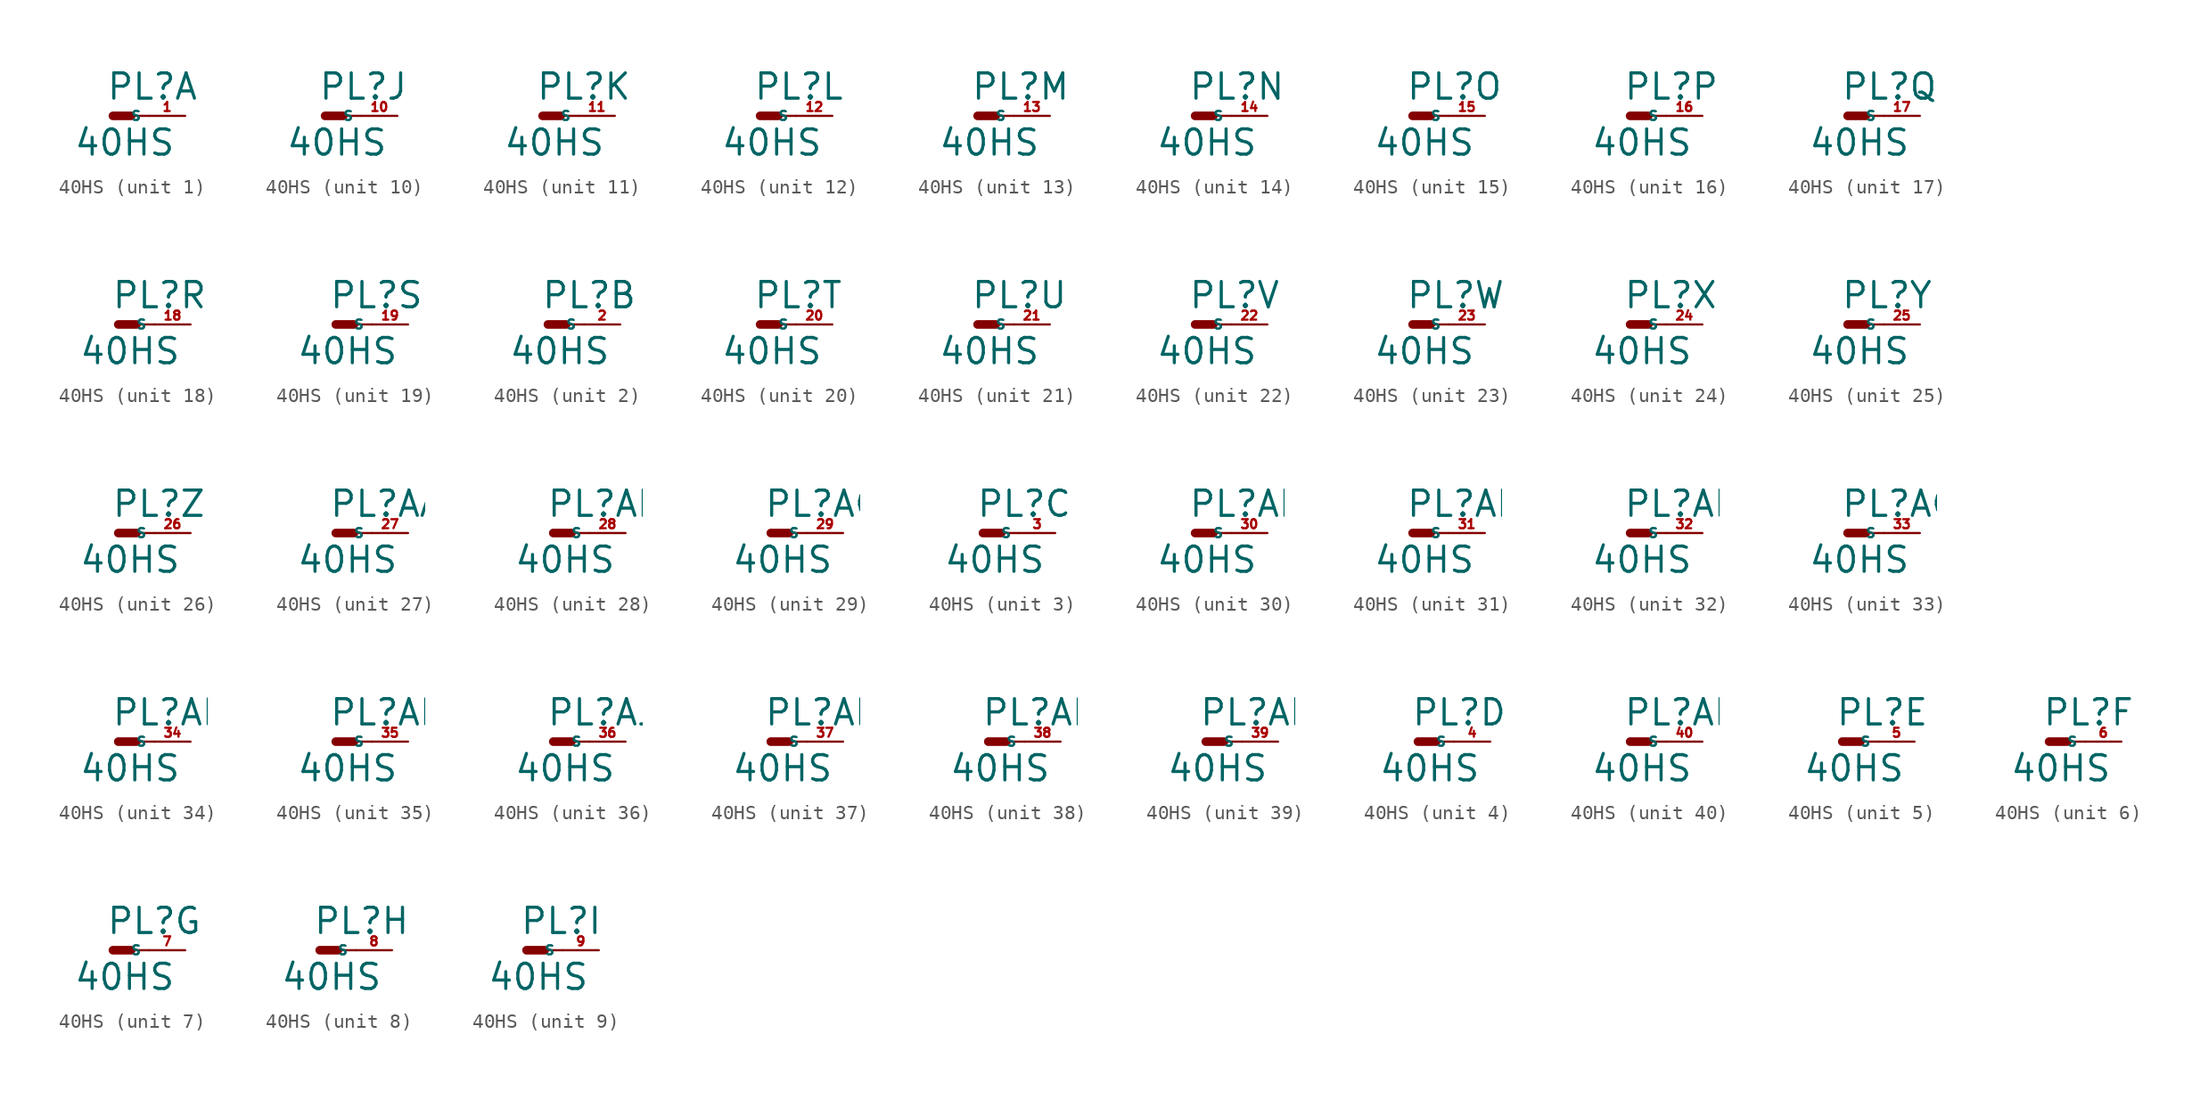
<source format=kicad_sym>
(kicad_symbol_lib
  (version 20220914)
  (generator Eagle2Kicad)
  (symbol "40HS"
    (property "Reference" "PL"
      (at -0.508 1.016 0)
      (effects (font (size 1.778 1.778) (thickness 0.22)) (justify left bottom)))
    (property "Value" "40HS"
      (at -2.794 -2.921 0)
      (effects (font (size 1.778 1.778) (thickness 0.22)) (justify left bottom)))
    (symbol "40HS_1_0"
      (polyline (pts (xy 0 0) (xy 1.27 0)) (stroke (width 0.61) (type default)) (fill (type none)))
      (polyline (pts (xy 2.54 0) (xy 1.27 0)) (stroke (width 0.152) (type default)) (fill (type none)))
      (pin passive line (at 5.08 0 180) (length 2.54) (name "S" (effects (font (size 0.635 0.635) (thickness 0.08)) (justify left bottom))) (number "1" (effects (font (size 0.635 0.635) (thickness 0.08)) (justify left bottom)))))
    (symbol "40HS_2_0"
      (polyline (pts (xy 0 0) (xy 1.27 0)) (stroke (width 0.61) (type default)) (fill (type none)))
      (polyline (pts (xy 2.54 0) (xy 1.27 0)) (stroke (width 0.152) (type default)) (fill (type none)))
      (pin passive line (at 5.08 0 180) (length 2.54) (name "S" (effects (font (size 0.635 0.635) (thickness 0.08)) (justify left bottom))) (number "2" (effects (font (size 0.635 0.635) (thickness 0.08)) (justify left bottom)))))
    (symbol "40HS_3_0"
      (polyline (pts (xy 0 0) (xy 1.27 0)) (stroke (width 0.61) (type default)) (fill (type none)))
      (polyline (pts (xy 2.54 0) (xy 1.27 0)) (stroke (width 0.152) (type default)) (fill (type none)))
      (pin passive line (at 5.08 0 180) (length 2.54) (name "S" (effects (font (size 0.635 0.635) (thickness 0.08)) (justify left bottom))) (number "3" (effects (font (size 0.635 0.635) (thickness 0.08)) (justify left bottom)))))
    (symbol "40HS_4_0"
      (polyline (pts (xy 0 0) (xy 1.27 0)) (stroke (width 0.61) (type default)) (fill (type none)))
      (polyline (pts (xy 2.54 0) (xy 1.27 0)) (stroke (width 0.152) (type default)) (fill (type none)))
      (pin passive line (at 5.08 0 180) (length 2.54) (name "S" (effects (font (size 0.635 0.635) (thickness 0.08)) (justify left bottom))) (number "4" (effects (font (size 0.635 0.635) (thickness 0.08)) (justify left bottom)))))
    (symbol "40HS_5_0"
      (polyline (pts (xy 0 0) (xy 1.27 0)) (stroke (width 0.61) (type default)) (fill (type none)))
      (polyline (pts (xy 2.54 0) (xy 1.27 0)) (stroke (width 0.152) (type default)) (fill (type none)))
      (pin passive line (at 5.08 0 180) (length 2.54) (name "S" (effects (font (size 0.635 0.635) (thickness 0.08)) (justify left bottom))) (number "5" (effects (font (size 0.635 0.635) (thickness 0.08)) (justify left bottom)))))
    (symbol "40HS_6_0"
      (polyline (pts (xy 0 0) (xy 1.27 0)) (stroke (width 0.61) (type default)) (fill (type none)))
      (polyline (pts (xy 2.54 0) (xy 1.27 0)) (stroke (width 0.152) (type default)) (fill (type none)))
      (pin passive line (at 5.08 0 180) (length 2.54) (name "S" (effects (font (size 0.635 0.635) (thickness 0.08)) (justify left bottom))) (number "6" (effects (font (size 0.635 0.635) (thickness 0.08)) (justify left bottom)))))
    (symbol "40HS_7_0"
      (polyline (pts (xy 0 0) (xy 1.27 0)) (stroke (width 0.61) (type default)) (fill (type none)))
      (polyline (pts (xy 2.54 0) (xy 1.27 0)) (stroke (width 0.152) (type default)) (fill (type none)))
      (pin passive line (at 5.08 0 180) (length 2.54) (name "S" (effects (font (size 0.635 0.635) (thickness 0.08)) (justify left bottom))) (number "7" (effects (font (size 0.635 0.635) (thickness 0.08)) (justify left bottom)))))
    (symbol "40HS_8_0"
      (polyline (pts (xy 0 0) (xy 1.27 0)) (stroke (width 0.61) (type default)) (fill (type none)))
      (polyline (pts (xy 2.54 0) (xy 1.27 0)) (stroke (width 0.152) (type default)) (fill (type none)))
      (pin passive line (at 5.08 0 180) (length 2.54) (name "S" (effects (font (size 0.635 0.635) (thickness 0.08)) (justify left bottom))) (number "8" (effects (font (size 0.635 0.635) (thickness 0.08)) (justify left bottom)))))
    (symbol "40HS_9_0"
      (polyline (pts (xy 0 0) (xy 1.27 0)) (stroke (width 0.61) (type default)) (fill (type none)))
      (polyline (pts (xy 2.54 0) (xy 1.27 0)) (stroke (width 0.152) (type default)) (fill (type none)))
      (pin passive line (at 5.08 0 180) (length 2.54) (name "S" (effects (font (size 0.635 0.635) (thickness 0.08)) (justify left bottom))) (number "9" (effects (font (size 0.635 0.635) (thickness 0.08)) (justify left bottom)))))
    (symbol "40HS_10_0"
      (polyline (pts (xy 0 0) (xy 1.27 0)) (stroke (width 0.61) (type default)) (fill (type none)))
      (polyline (pts (xy 2.54 0) (xy 1.27 0)) (stroke (width 0.152) (type default)) (fill (type none)))
      (pin passive line (at 5.08 0 180) (length 2.54) (name "S" (effects (font (size 0.635 0.635) (thickness 0.08)) (justify left bottom))) (number "10" (effects (font (size 0.635 0.635) (thickness 0.08)) (justify left bottom)))))
    (symbol "40HS_11_0"
      (polyline (pts (xy 0 0) (xy 1.27 0)) (stroke (width 0.61) (type default)) (fill (type none)))
      (polyline (pts (xy 2.54 0) (xy 1.27 0)) (stroke (width 0.152) (type default)) (fill (type none)))
      (pin passive line (at 5.08 0 180) (length 2.54) (name "S" (effects (font (size 0.635 0.635) (thickness 0.08)) (justify left bottom))) (number "11" (effects (font (size 0.635 0.635) (thickness 0.08)) (justify left bottom)))))
    (symbol "40HS_12_0"
      (polyline (pts (xy 0 0) (xy 1.27 0)) (stroke (width 0.61) (type default)) (fill (type none)))
      (polyline (pts (xy 2.54 0) (xy 1.27 0)) (stroke (width 0.152) (type default)) (fill (type none)))
      (pin passive line (at 5.08 0 180) (length 2.54) (name "S" (effects (font (size 0.635 0.635) (thickness 0.08)) (justify left bottom))) (number "12" (effects (font (size 0.635 0.635) (thickness 0.08)) (justify left bottom)))))
    (symbol "40HS_13_0"
      (polyline (pts (xy 0 0) (xy 1.27 0)) (stroke (width 0.61) (type default)) (fill (type none)))
      (polyline (pts (xy 2.54 0) (xy 1.27 0)) (stroke (width 0.152) (type default)) (fill (type none)))
      (pin passive line (at 5.08 0 180) (length 2.54) (name "S" (effects (font (size 0.635 0.635) (thickness 0.08)) (justify left bottom))) (number "13" (effects (font (size 0.635 0.635) (thickness 0.08)) (justify left bottom)))))
    (symbol "40HS_14_0"
      (polyline (pts (xy 0 0) (xy 1.27 0)) (stroke (width 0.61) (type default)) (fill (type none)))
      (polyline (pts (xy 2.54 0) (xy 1.27 0)) (stroke (width 0.152) (type default)) (fill (type none)))
      (pin passive line (at 5.08 0 180) (length 2.54) (name "S" (effects (font (size 0.635 0.635) (thickness 0.08)) (justify left bottom))) (number "14" (effects (font (size 0.635 0.635) (thickness 0.08)) (justify left bottom)))))
    (symbol "40HS_15_0"
      (polyline (pts (xy 0 0) (xy 1.27 0)) (stroke (width 0.61) (type default)) (fill (type none)))
      (polyline (pts (xy 2.54 0) (xy 1.27 0)) (stroke (width 0.152) (type default)) (fill (type none)))
      (pin passive line (at 5.08 0 180) (length 2.54) (name "S" (effects (font (size 0.635 0.635) (thickness 0.08)) (justify left bottom))) (number "15" (effects (font (size 0.635 0.635) (thickness 0.08)) (justify left bottom)))))
    (symbol "40HS_16_0"
      (polyline (pts (xy 0 0) (xy 1.27 0)) (stroke (width 0.61) (type default)) (fill (type none)))
      (polyline (pts (xy 2.54 0) (xy 1.27 0)) (stroke (width 0.152) (type default)) (fill (type none)))
      (pin passive line (at 5.08 0 180) (length 2.54) (name "S" (effects (font (size 0.635 0.635) (thickness 0.08)) (justify left bottom))) (number "16" (effects (font (size 0.635 0.635) (thickness 0.08)) (justify left bottom)))))
    (symbol "40HS_17_0"
      (polyline (pts (xy 0 0) (xy 1.27 0)) (stroke (width 0.61) (type default)) (fill (type none)))
      (polyline (pts (xy 2.54 0) (xy 1.27 0)) (stroke (width 0.152) (type default)) (fill (type none)))
      (pin passive line (at 5.08 0 180) (length 2.54) (name "S" (effects (font (size 0.635 0.635) (thickness 0.08)) (justify left bottom))) (number "17" (effects (font (size 0.635 0.635) (thickness 0.08)) (justify left bottom)))))
    (symbol "40HS_18_0"
      (polyline (pts (xy 0 0) (xy 1.27 0)) (stroke (width 0.61) (type default)) (fill (type none)))
      (polyline (pts (xy 2.54 0) (xy 1.27 0)) (stroke (width 0.152) (type default)) (fill (type none)))
      (pin passive line (at 5.08 0 180) (length 2.54) (name "S" (effects (font (size 0.635 0.635) (thickness 0.08)) (justify left bottom))) (number "18" (effects (font (size 0.635 0.635) (thickness 0.08)) (justify left bottom)))))
    (symbol "40HS_19_0"
      (polyline (pts (xy 0 0) (xy 1.27 0)) (stroke (width 0.61) (type default)) (fill (type none)))
      (polyline (pts (xy 2.54 0) (xy 1.27 0)) (stroke (width 0.152) (type default)) (fill (type none)))
      (pin passive line (at 5.08 0 180) (length 2.54) (name "S" (effects (font (size 0.635 0.635) (thickness 0.08)) (justify left bottom))) (number "19" (effects (font (size 0.635 0.635) (thickness 0.08)) (justify left bottom)))))
    (symbol "40HS_20_0"
      (polyline (pts (xy 0 0) (xy 1.27 0)) (stroke (width 0.61) (type default)) (fill (type none)))
      (polyline (pts (xy 2.54 0) (xy 1.27 0)) (stroke (width 0.152) (type default)) (fill (type none)))
      (pin passive line (at 5.08 0 180) (length 2.54) (name "S" (effects (font (size 0.635 0.635) (thickness 0.08)) (justify left bottom))) (number "20" (effects (font (size 0.635 0.635) (thickness 0.08)) (justify left bottom)))))
    (symbol "40HS_21_0"
      (polyline (pts (xy 0 0) (xy 1.27 0)) (stroke (width 0.61) (type default)) (fill (type none)))
      (polyline (pts (xy 2.54 0) (xy 1.27 0)) (stroke (width 0.152) (type default)) (fill (type none)))
      (pin passive line (at 5.08 0 180) (length 2.54) (name "S" (effects (font (size 0.635 0.635) (thickness 0.08)) (justify left bottom))) (number "21" (effects (font (size 0.635 0.635) (thickness 0.08)) (justify left bottom)))))
    (symbol "40HS_22_0"
      (polyline (pts (xy 0 0) (xy 1.27 0)) (stroke (width 0.61) (type default)) (fill (type none)))
      (polyline (pts (xy 2.54 0) (xy 1.27 0)) (stroke (width 0.152) (type default)) (fill (type none)))
      (pin passive line (at 5.08 0 180) (length 2.54) (name "S" (effects (font (size 0.635 0.635) (thickness 0.08)) (justify left bottom))) (number "22" (effects (font (size 0.635 0.635) (thickness 0.08)) (justify left bottom)))))
    (symbol "40HS_23_0"
      (polyline (pts (xy 0 0) (xy 1.27 0)) (stroke (width 0.61) (type default)) (fill (type none)))
      (polyline (pts (xy 2.54 0) (xy 1.27 0)) (stroke (width 0.152) (type default)) (fill (type none)))
      (pin passive line (at 5.08 0 180) (length 2.54) (name "S" (effects (font (size 0.635 0.635) (thickness 0.08)) (justify left bottom))) (number "23" (effects (font (size 0.635 0.635) (thickness 0.08)) (justify left bottom)))))
    (symbol "40HS_24_0"
      (polyline (pts (xy 0 0) (xy 1.27 0)) (stroke (width 0.61) (type default)) (fill (type none)))
      (polyline (pts (xy 2.54 0) (xy 1.27 0)) (stroke (width 0.152) (type default)) (fill (type none)))
      (pin passive line (at 5.08 0 180) (length 2.54) (name "S" (effects (font (size 0.635 0.635) (thickness 0.08)) (justify left bottom))) (number "24" (effects (font (size 0.635 0.635) (thickness 0.08)) (justify left bottom)))))
    (symbol "40HS_25_0"
      (polyline (pts (xy 0 0) (xy 1.27 0)) (stroke (width 0.61) (type default)) (fill (type none)))
      (polyline (pts (xy 2.54 0) (xy 1.27 0)) (stroke (width 0.152) (type default)) (fill (type none)))
      (pin passive line (at 5.08 0 180) (length 2.54) (name "S" (effects (font (size 0.635 0.635) (thickness 0.08)) (justify left bottom))) (number "25" (effects (font (size 0.635 0.635) (thickness 0.08)) (justify left bottom)))))
    (symbol "40HS_26_0"
      (polyline (pts (xy 0 0) (xy 1.27 0)) (stroke (width 0.61) (type default)) (fill (type none)))
      (polyline (pts (xy 2.54 0) (xy 1.27 0)) (stroke (width 0.152) (type default)) (fill (type none)))
      (pin passive line (at 5.08 0 180) (length 2.54) (name "S" (effects (font (size 0.635 0.635) (thickness 0.08)) (justify left bottom))) (number "26" (effects (font (size 0.635 0.635) (thickness 0.08)) (justify left bottom)))))
    (symbol "40HS_27_0"
      (polyline (pts (xy 0 0) (xy 1.27 0)) (stroke (width 0.61) (type default)) (fill (type none)))
      (polyline (pts (xy 2.54 0) (xy 1.27 0)) (stroke (width 0.152) (type default)) (fill (type none)))
      (pin passive line (at 5.08 0 180) (length 2.54) (name "S" (effects (font (size 0.635 0.635) (thickness 0.08)) (justify left bottom))) (number "27" (effects (font (size 0.635 0.635) (thickness 0.08)) (justify left bottom)))))
    (symbol "40HS_28_0"
      (polyline (pts (xy 0 0) (xy 1.27 0)) (stroke (width 0.61) (type default)) (fill (type none)))
      (polyline (pts (xy 2.54 0) (xy 1.27 0)) (stroke (width 0.152) (type default)) (fill (type none)))
      (pin passive line (at 5.08 0 180) (length 2.54) (name "S" (effects (font (size 0.635 0.635) (thickness 0.08)) (justify left bottom))) (number "28" (effects (font (size 0.635 0.635) (thickness 0.08)) (justify left bottom)))))
    (symbol "40HS_29_0"
      (polyline (pts (xy 0 0) (xy 1.27 0)) (stroke (width 0.61) (type default)) (fill (type none)))
      (polyline (pts (xy 2.54 0) (xy 1.27 0)) (stroke (width 0.152) (type default)) (fill (type none)))
      (pin passive line (at 5.08 0 180) (length 2.54) (name "S" (effects (font (size 0.635 0.635) (thickness 0.08)) (justify left bottom))) (number "29" (effects (font (size 0.635 0.635) (thickness 0.08)) (justify left bottom)))))
    (symbol "40HS_30_0"
      (polyline (pts (xy 0 0) (xy 1.27 0)) (stroke (width 0.61) (type default)) (fill (type none)))
      (polyline (pts (xy 2.54 0) (xy 1.27 0)) (stroke (width 0.152) (type default)) (fill (type none)))
      (pin passive line (at 5.08 0 180) (length 2.54) (name "S" (effects (font (size 0.635 0.635) (thickness 0.08)) (justify left bottom))) (number "30" (effects (font (size 0.635 0.635) (thickness 0.08)) (justify left bottom)))))
    (symbol "40HS_31_0"
      (polyline (pts (xy 0 0) (xy 1.27 0)) (stroke (width 0.61) (type default)) (fill (type none)))
      (polyline (pts (xy 2.54 0) (xy 1.27 0)) (stroke (width 0.152) (type default)) (fill (type none)))
      (pin passive line (at 5.08 0 180) (length 2.54) (name "S" (effects (font (size 0.635 0.635) (thickness 0.08)) (justify left bottom))) (number "31" (effects (font (size 0.635 0.635) (thickness 0.08)) (justify left bottom)))))
    (symbol "40HS_32_0"
      (polyline (pts (xy 0 0) (xy 1.27 0)) (stroke (width 0.61) (type default)) (fill (type none)))
      (polyline (pts (xy 2.54 0) (xy 1.27 0)) (stroke (width 0.152) (type default)) (fill (type none)))
      (pin passive line (at 5.08 0 180) (length 2.54) (name "S" (effects (font (size 0.635 0.635) (thickness 0.08)) (justify left bottom))) (number "32" (effects (font (size 0.635 0.635) (thickness 0.08)) (justify left bottom)))))
    (symbol "40HS_33_0"
      (polyline (pts (xy 0 0) (xy 1.27 0)) (stroke (width 0.61) (type default)) (fill (type none)))
      (polyline (pts (xy 2.54 0) (xy 1.27 0)) (stroke (width 0.152) (type default)) (fill (type none)))
      (pin passive line (at 5.08 0 180) (length 2.54) (name "S" (effects (font (size 0.635 0.635) (thickness 0.08)) (justify left bottom))) (number "33" (effects (font (size 0.635 0.635) (thickness 0.08)) (justify left bottom)))))
    (symbol "40HS_34_0"
      (polyline (pts (xy 0 0) (xy 1.27 0)) (stroke (width 0.61) (type default)) (fill (type none)))
      (polyline (pts (xy 2.54 0) (xy 1.27 0)) (stroke (width 0.152) (type default)) (fill (type none)))
      (pin passive line (at 5.08 0 180) (length 2.54) (name "S" (effects (font (size 0.635 0.635) (thickness 0.08)) (justify left bottom))) (number "34" (effects (font (size 0.635 0.635) (thickness 0.08)) (justify left bottom)))))
    (symbol "40HS_35_0"
      (polyline (pts (xy 0 0) (xy 1.27 0)) (stroke (width 0.61) (type default)) (fill (type none)))
      (polyline (pts (xy 2.54 0) (xy 1.27 0)) (stroke (width 0.152) (type default)) (fill (type none)))
      (pin passive line (at 5.08 0 180) (length 2.54) (name "S" (effects (font (size 0.635 0.635) (thickness 0.08)) (justify left bottom))) (number "35" (effects (font (size 0.635 0.635) (thickness 0.08)) (justify left bottom)))))
    (symbol "40HS_36_0"
      (polyline (pts (xy 0 0) (xy 1.27 0)) (stroke (width 0.61) (type default)) (fill (type none)))
      (polyline (pts (xy 2.54 0) (xy 1.27 0)) (stroke (width 0.152) (type default)) (fill (type none)))
      (pin passive line (at 5.08 0 180) (length 2.54) (name "S" (effects (font (size 0.635 0.635) (thickness 0.08)) (justify left bottom))) (number "36" (effects (font (size 0.635 0.635) (thickness 0.08)) (justify left bottom)))))
    (symbol "40HS_37_0"
      (polyline (pts (xy 0 0) (xy 1.27 0)) (stroke (width 0.61) (type default)) (fill (type none)))
      (polyline (pts (xy 2.54 0) (xy 1.27 0)) (stroke (width 0.152) (type default)) (fill (type none)))
      (pin passive line (at 5.08 0 180) (length 2.54) (name "S" (effects (font (size 0.635 0.635) (thickness 0.08)) (justify left bottom))) (number "37" (effects (font (size 0.635 0.635) (thickness 0.08)) (justify left bottom)))))
    (symbol "40HS_38_0"
      (polyline (pts (xy 0 0) (xy 1.27 0)) (stroke (width 0.61) (type default)) (fill (type none)))
      (polyline (pts (xy 2.54 0) (xy 1.27 0)) (stroke (width 0.152) (type default)) (fill (type none)))
      (pin passive line (at 5.08 0 180) (length 2.54) (name "S" (effects (font (size 0.635 0.635) (thickness 0.08)) (justify left bottom))) (number "38" (effects (font (size 0.635 0.635) (thickness 0.08)) (justify left bottom)))))
    (symbol "40HS_39_0"
      (polyline (pts (xy 0 0) (xy 1.27 0)) (stroke (width 0.61) (type default)) (fill (type none)))
      (polyline (pts (xy 2.54 0) (xy 1.27 0)) (stroke (width 0.152) (type default)) (fill (type none)))
      (pin passive line (at 5.08 0 180) (length 2.54) (name "S" (effects (font (size 0.635 0.635) (thickness 0.08)) (justify left bottom))) (number "39" (effects (font (size 0.635 0.635) (thickness 0.08)) (justify left bottom)))))
    (symbol "40HS_40_0"
      (polyline (pts (xy 0 0) (xy 1.27 0)) (stroke (width 0.61) (type default)) (fill (type none)))
      (polyline (pts (xy 2.54 0) (xy 1.27 0)) (stroke (width 0.152) (type default)) (fill (type none)))
      (pin passive line (at 5.08 0 180) (length 2.54) (name "S" (effects (font (size 0.635 0.635) (thickness 0.08)) (justify left bottom))) (number "40" (effects (font (size 0.635 0.635) (thickness 0.08)) (justify left bottom)))))))
</source>
